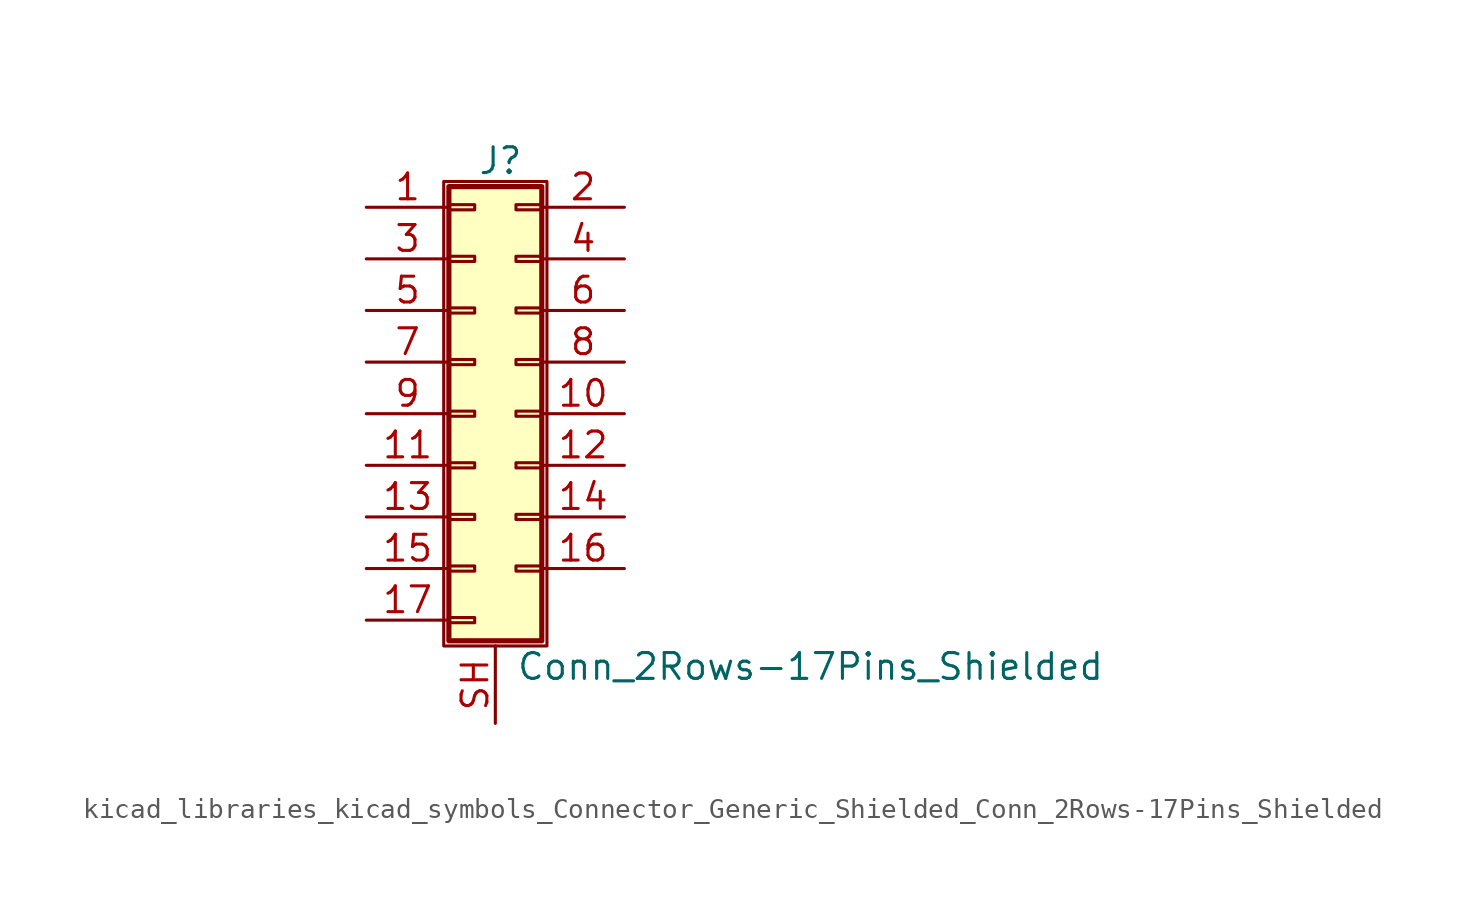
<source format=kicad_sym>
(kicad_symbol_lib
  (version 20220914)
  (generator kicad_symbol_editor)
  (symbol "kicad_libraries_kicad_symbols_Connector_Generic_Shielded_Conn_2Rows-17Pins_Shielded"
    (pin_names
      (offset 1.016) hide)
    (property "Reference" "J"
      (at 1.524 12.446 0)
      (effects (font (size 1.27 1.27))))
    (property "Value" "Conn_2Rows-17Pins_Shielded"
      (at 2.286 -12.446 0)
      (effects (font (size 1.27 1.27)) (justify left)))
    (symbol "kicad_libraries_kicad_symbols_Connector_Generic_Shielded_Conn_2Rows-17Pins_Shielded_1_1"
      (rectangle (start -1.27 11.43) (end 3.81 -11.43) (stroke (width 0.152) (type default)) (fill (type none)))
      (rectangle (start -1.016 -10.033) (end 0.254 -10.287) (stroke (width 0.152) (type default)) (fill (type none)))
      (rectangle (start -1.016 -7.493) (end 0.254 -7.747) (stroke (width 0.152) (type default)) (fill (type none)))
      (rectangle (start -1.016 -4.953) (end 0.254 -5.207) (stroke (width 0.152) (type default)) (fill (type none)))
      (rectangle (start -1.016 -2.413) (end 0.254 -2.667) (stroke (width 0.152) (type default)) (fill (type none)))
      (rectangle (start -1.016 0.127) (end 0.254 -0.127) (stroke (width 0.152) (type default)) (fill (type none)))
      (rectangle (start -1.016 2.667) (end 0.254 2.413) (stroke (width 0.152) (type default)) (fill (type none)))
      (rectangle (start -1.016 5.207) (end 0.254 4.953) (stroke (width 0.152) (type default)) (fill (type none)))
      (rectangle (start -1.016 7.747) (end 0.254 7.493) (stroke (width 0.152) (type default)) (fill (type none)))
      (rectangle (start -1.016 10.287) (end 0.254 10.033) (stroke (width 0.152) (type default)) (fill (type none)))
      (rectangle (start -1.016 11.176) (end 3.556 -11.176) (stroke (width 0.254) (type default)) (fill (type background)))
      (rectangle (start 3.556 -7.493) (end 2.286 -7.747) (stroke (width 0.152) (type default)) (fill (type none)))
      (rectangle (start 3.556 -4.953) (end 2.286 -5.207) (stroke (width 0.152) (type default)) (fill (type none)))
      (rectangle (start 3.556 -2.413) (end 2.286 -2.667) (stroke (width 0.152) (type default)) (fill (type none)))
      (rectangle (start 3.556 0.127) (end 2.286 -0.127) (stroke (width 0.152) (type default)) (fill (type none)))
      (rectangle (start 3.556 2.667) (end 2.286 2.413) (stroke (width 0.152) (type default)) (fill (type none)))
      (rectangle (start 3.556 5.207) (end 2.286 4.953) (stroke (width 0.152) (type default)) (fill (type none)))
      (rectangle (start 3.556 7.747) (end 2.286 7.493) (stroke (width 0.152) (type default)) (fill (type none)))
      (rectangle (start 3.556 10.287) (end 2.286 10.033) (stroke (width 0.152) (type default)) (fill (type none)))
      (pin passive line (at -5.08 10.16 0) (length 4.064) (name "Pin_1" (effects (font (size 1.27 1.27)))) (number "1" (effects (font (size 1.27 1.27)))))
      (pin passive line (at 7.62 0 180) (length 4.064) (name "Pin_10" (effects (font (size 1.27 1.27)))) (number "10" (effects (font (size 1.27 1.27)))))
      (pin passive line (at -5.08 -2.54 0) (length 4.064) (name "Pin_11" (effects (font (size 1.27 1.27)))) (number "11" (effects (font (size 1.27 1.27)))))
      (pin passive line (at 7.62 -2.54 180) (length 4.064) (name "Pin_12" (effects (font (size 1.27 1.27)))) (number "12" (effects (font (size 1.27 1.27)))))
      (pin passive line (at -5.08 -5.08 0) (length 4.064) (name "Pin_13" (effects (font (size 1.27 1.27)))) (number "13" (effects (font (size 1.27 1.27)))))
      (pin passive line (at 7.62 -5.08 180) (length 4.064) (name "Pin_14" (effects (font (size 1.27 1.27)))) (number "14" (effects (font (size 1.27 1.27)))))
      (pin passive line (at -5.08 -7.62 0) (length 4.064) (name "Pin_15" (effects (font (size 1.27 1.27)))) (number "15" (effects (font (size 1.27 1.27)))))
      (pin passive line (at 7.62 -7.62 180) (length 4.064) (name "Pin_16" (effects (font (size 1.27 1.27)))) (number "16" (effects (font (size 1.27 1.27)))))
      (pin passive line (at -5.08 -10.16 0) (length 4.064) (name "Pin_17" (effects (font (size 1.27 1.27)))) (number "17" (effects (font (size 1.27 1.27)))))
      (pin passive line (at 7.62 10.16 180) (length 4.064) (name "Pin_2" (effects (font (size 1.27 1.27)))) (number "2" (effects (font (size 1.27 1.27)))))
      (pin passive line (at -5.08 7.62 0) (length 4.064) (name "Pin_3" (effects (font (size 1.27 1.27)))) (number "3" (effects (font (size 1.27 1.27)))))
      (pin passive line (at 7.62 7.62 180) (length 4.064) (name "Pin_4" (effects (font (size 1.27 1.27)))) (number "4" (effects (font (size 1.27 1.27)))))
      (pin passive line (at -5.08 5.08 0) (length 4.064) (name "Pin_5" (effects (font (size 1.27 1.27)))) (number "5" (effects (font (size 1.27 1.27)))))
      (pin passive line (at 7.62 5.08 180) (length 4.064) (name "Pin_6" (effects (font (size 1.27 1.27)))) (number "6" (effects (font (size 1.27 1.27)))))
      (pin passive line (at -5.08 2.54 0) (length 4.064) (name "Pin_7" (effects (font (size 1.27 1.27)))) (number "7" (effects (font (size 1.27 1.27)))))
      (pin passive line (at 7.62 2.54 180) (length 4.064) (name "Pin_8" (effects (font (size 1.27 1.27)))) (number "8" (effects (font (size 1.27 1.27)))))
      (pin passive line (at -5.08 0 0) (length 4.064) (name "Pin_9" (effects (font (size 1.27 1.27)))) (number "9" (effects (font (size 1.27 1.27)))))
      (pin passive line (at 1.27 -15.24 90) (length 3.81) (name "Shield" (effects (font (size 1.27 1.27)))) (number "SH" (effects (font (size 1.27 1.27))))))))
</source>
